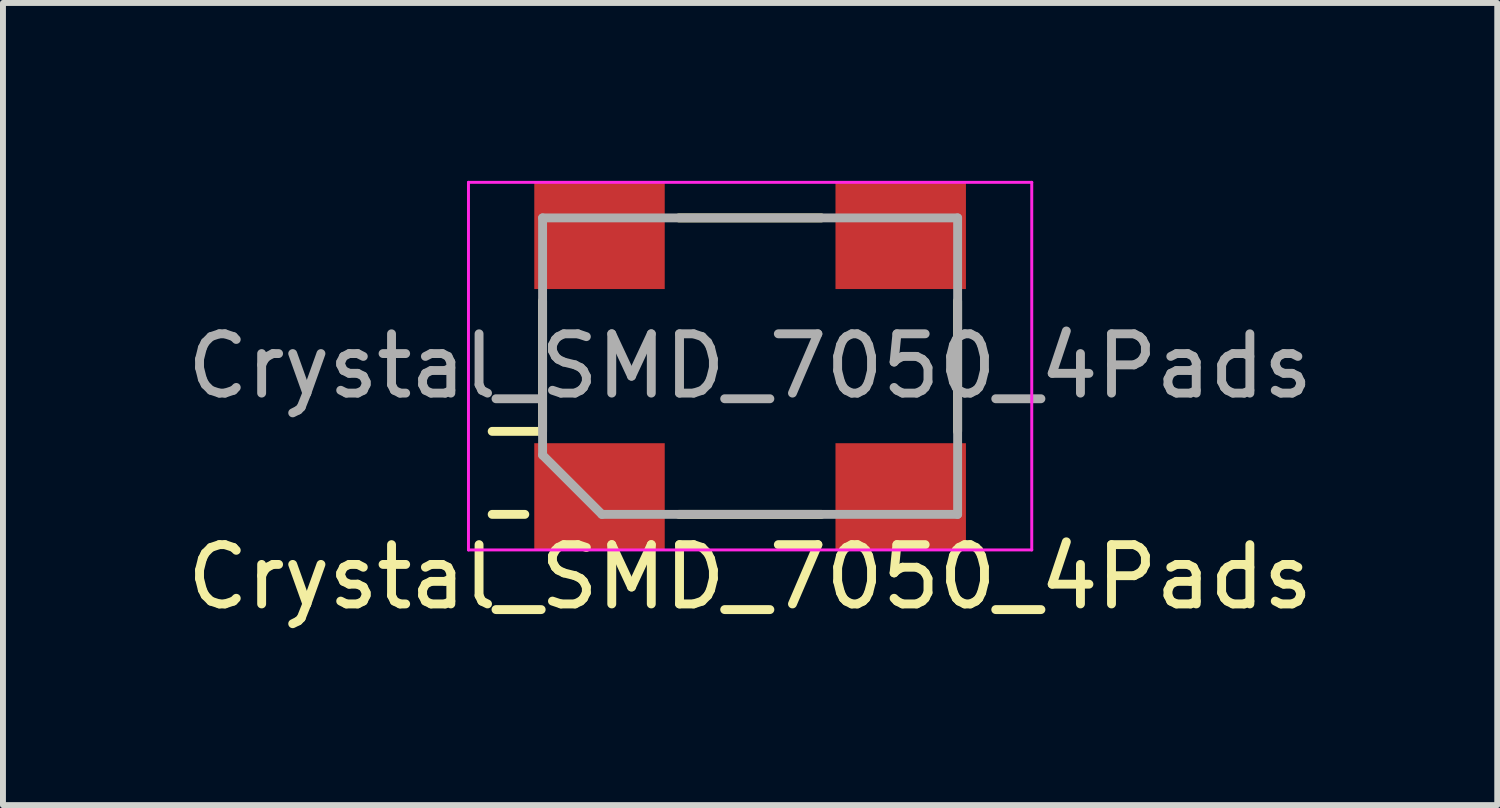
<source format=kicad_pcb>
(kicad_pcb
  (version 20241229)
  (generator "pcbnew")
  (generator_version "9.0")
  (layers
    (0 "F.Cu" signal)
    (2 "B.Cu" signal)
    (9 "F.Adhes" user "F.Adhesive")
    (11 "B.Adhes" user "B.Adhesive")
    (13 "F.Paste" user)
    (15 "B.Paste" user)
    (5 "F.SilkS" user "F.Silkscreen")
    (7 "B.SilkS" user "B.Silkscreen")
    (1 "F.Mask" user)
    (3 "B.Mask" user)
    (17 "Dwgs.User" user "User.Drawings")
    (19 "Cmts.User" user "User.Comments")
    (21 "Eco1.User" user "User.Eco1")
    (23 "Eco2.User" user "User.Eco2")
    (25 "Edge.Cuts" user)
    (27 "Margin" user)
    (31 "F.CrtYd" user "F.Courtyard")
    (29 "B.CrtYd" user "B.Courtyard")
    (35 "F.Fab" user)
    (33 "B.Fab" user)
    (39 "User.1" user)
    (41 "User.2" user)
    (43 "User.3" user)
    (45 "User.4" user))
  (footprint "Crystal_SMD_7050_4Pads"
    (layer "F.Cu")
    (at 9.601 3.125)
    (property "Reference" "Crystal_SMD_7050_4Pads" (at 0 3.556 0) (layer "F.SilkS") (effects (font (size 1 1) (thickness 0.15))))
    (attr smd)
    (fp_line (start -3.8 2.5) (end -4.35 2.5) (stroke (width 0.15) (type solid)) (layer "F.SilkS"))
    (fp_line (start -3.5 -1.1) (end -3.5 1.1) (stroke (width 0.15) (type solid)) (layer "F.SilkS"))
    (fp_line (start -3.5 1.1) (end -4.35 1.1) (stroke (width 0.15) (type solid)) (layer "F.SilkS"))
    (fp_line (start -1.2 -2.5) (end 1.2 -2.5) (stroke (width 0.15) (type solid)) (layer "F.SilkS"))
    (fp_line (start -1.2 2.5) (end 1.2 2.5) (stroke (width 0.15) (type solid)) (layer "F.SilkS"))
    (fp_line (start 3.5 1.1) (end 3.5 -1.1) (stroke (width 0.15) (type solid)) (layer "F.SilkS"))
    (fp_line (start -4.75 -3.1) (end -4.75 3.1) (stroke (width 0.05) (type solid)) (layer "F.CrtYd"))
    (fp_line (start 4.75 -3.1) (end -4.75 -3.1) (stroke (width 0.05) (type solid)) (layer "F.CrtYd"))
    (fp_line (start 4.75 -3.1) (end 4.75 3.1) (stroke (width 0.05) (type solid)) (layer "F.CrtYd"))
    (fp_line (start 4.75 3.1) (end -4.75 3.1) (stroke (width 0.05) (type solid)) (layer "F.CrtYd"))
    (fp_line (start -3.5 -2.5) (end 3.5 -2.5) (stroke (width 0.15) (type solid)) (layer "F.Fab"))
    (fp_line (start -3.5 1.5) (end -3.5 -2.5) (stroke (width 0.15) (type solid)) (layer "F.Fab"))
    (fp_line (start -2.5 2.5) (end -3.5 1.5) (stroke (width 0.15) (type solid)) (layer "F.Fab"))
    (fp_line (start 3.5 -2.5) (end 3.5 2.5) (stroke (width 0.15) (type solid)) (layer "F.Fab"))
    (fp_line (start 3.5 2.5) (end -2.5 2.5) (stroke (width 0.15) (type solid)) (layer "F.Fab"))
    (fp_text user "${REFERENCE}" (at 0 0 0) (layer "F.Fab") (effects (font (size 1 1) (thickness 0.15))))
    (pad "1" smd rect (at -2.54 2.2) (size 2.2 1.8) (layers "F.Cu" "F.Mask" "F.Paste"))
    (pad "2" smd rect (at 2.54 2.2) (size 2.2 1.8) (layers "F.Cu" "F.Mask" "F.Paste"))
    (pad "3" smd rect (at 2.54 -2.2) (size 2.2 1.8) (layers "F.Cu" "F.Mask" "F.Paste"))
    (pad "4" smd rect (at -2.54 -2.2) (size 2.2 1.8) (layers "F.Cu" "F.Mask" "F.Paste")))
  (gr_rect
    (start -3 -3)
    (end 22.202 10.529)
    (stroke (width 0.1) (type default))
    (fill no)
    (layer "Edge.Cuts")))
</source>
